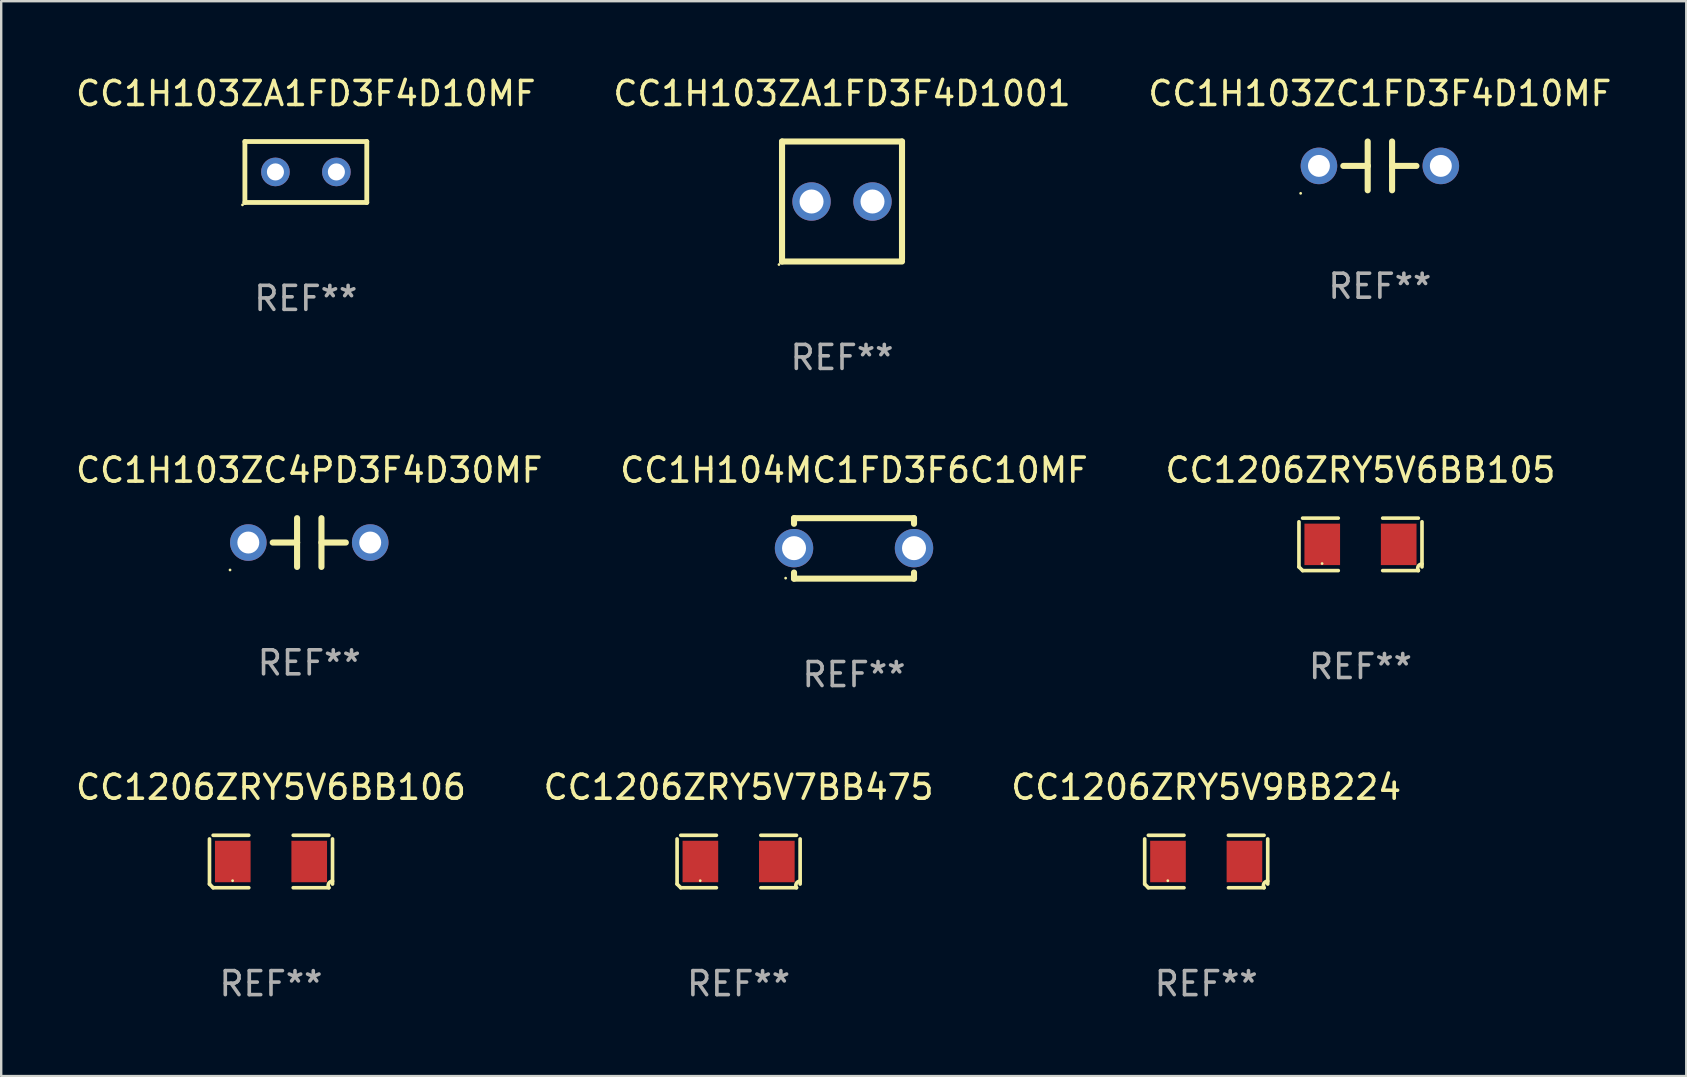
<source format=kicad_pcb>
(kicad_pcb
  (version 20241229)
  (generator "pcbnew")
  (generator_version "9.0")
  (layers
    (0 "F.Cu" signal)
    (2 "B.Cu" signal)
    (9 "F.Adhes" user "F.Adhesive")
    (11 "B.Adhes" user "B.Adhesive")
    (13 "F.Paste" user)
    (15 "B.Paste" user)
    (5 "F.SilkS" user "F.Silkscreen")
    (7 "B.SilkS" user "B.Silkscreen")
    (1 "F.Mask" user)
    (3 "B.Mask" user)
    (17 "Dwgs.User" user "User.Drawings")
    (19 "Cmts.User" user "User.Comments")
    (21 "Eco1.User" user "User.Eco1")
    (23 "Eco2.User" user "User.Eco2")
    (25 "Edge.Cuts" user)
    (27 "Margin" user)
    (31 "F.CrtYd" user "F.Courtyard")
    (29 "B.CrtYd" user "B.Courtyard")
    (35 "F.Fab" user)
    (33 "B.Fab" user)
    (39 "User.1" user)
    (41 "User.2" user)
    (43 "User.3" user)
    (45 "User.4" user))
  (footprint "CC1H103ZC1FD3F4D10MF"
    (layer "F.Cu")
    (at 54.458 3.864)
    (property "Reference" "CC1H103ZC1FD3F4D10MF" (at 0 -3.016 0) (layer "F.SilkS") (effects (font (size 1 1) (thickness 0.15))))
    (attr through_hole)
    (fp_line (start -1.524 0) (end -0.508 0) (stroke (width 0.254) (type solid)) (layer "F.SilkS"))
    (fp_line (start -0.508 0) (end -0.508 -1.016) (stroke (width 0.254) (type solid)) (layer "F.SilkS"))
    (fp_line (start -0.508 0) (end -0.508 1.016) (stroke (width 0.254) (type solid)) (layer "F.SilkS"))
    (fp_line (start 0.508 -1.016) (end 0.508 1.016) (stroke (width 0.254) (type solid)) (layer "F.SilkS"))
    (fp_line (start 1.524 0) (end 0.508 0) (stroke (width 0.254) (type solid)) (layer "F.SilkS"))
    (fp_circle (center -3.302 1.143) (end -3.272 1.143) (stroke (width 0.06) (type solid)) (fill no) (layer "F.SilkS"))
    (fp_text user "REF**" (at 0 5.016 0) (layer "F.Fab") (effects (font (size 1 1) (thickness 0.15))))
    (pad "1" thru_hole circle (at -2.54 0) (size 1.524 1.524) (drill 0.914) (layers "*.Cu" "*.Mask"))
    (pad "2" thru_hole circle (at 2.54 0) (size 1.524 1.524) (drill 0.914) (layers "*.Cu" "*.Mask")))
  (footprint "CC1H103ZA1FD3F4D1001"
    (layer "F.Cu")
    (at 32.042 5.348)
    (property "Reference" "CC1H103ZA1FD3F4D1001" (at 0 -4.5 0) (layer "F.SilkS") (effects (font (size 1 1) (thickness 0.15))))
    (attr through_hole)
    (fp_line (start -2.5 -2.5) (end -2.5 2.5) (stroke (width 0.254) (type solid)) (layer "F.SilkS"))
    (fp_line (start -2.5 -2.5) (end 2.5 -2.5) (stroke (width 0.254) (type solid)) (layer "F.SilkS"))
    (fp_line (start -2.5 2.5) (end 2.5 2.5) (stroke (width 0.254) (type solid)) (layer "F.SilkS"))
    (fp_line (start 2.5 -2.5) (end 2.5 2.413) (stroke (width 0.254) (type solid)) (layer "F.SilkS"))
    (fp_circle (center -2.627 2.627) (end -2.597 2.627) (stroke (width 0.06) (type solid)) (fill no) (layer "F.SilkS"))
    (fp_text user "REF**" (at 0 6.5 0) (layer "F.Fab") (effects (font (size 1 1) (thickness 0.15))))
    (pad "1" thru_hole circle (at -1.27 0) (size 1.6 1.6) (drill 1) (layers "*.Cu" "*.Mask"))
    (pad "2" thru_hole circle (at 1.27 0) (size 1.6 1.6) (drill 1) (layers "*.Cu" "*.Mask")))
  (footprint "CC1H103ZC4PD3F4D30MF"
    (layer "F.Cu")
    (at 9.839 19.561)
    (property "Reference" "CC1H103ZC4PD3F4D30MF" (at 0 -3.016 0) (layer "F.SilkS") (effects (font (size 1 1) (thickness 0.15))))
    (attr through_hole)
    (fp_line (start -1.524 0) (end -0.508 0) (stroke (width 0.254) (type solid)) (layer "F.SilkS"))
    (fp_line (start -0.508 0) (end -0.508 -1.016) (stroke (width 0.254) (type solid)) (layer "F.SilkS"))
    (fp_line (start -0.508 0) (end -0.508 1.016) (stroke (width 0.254) (type solid)) (layer "F.SilkS"))
    (fp_line (start 0.508 -1.016) (end 0.508 1.016) (stroke (width 0.254) (type solid)) (layer "F.SilkS"))
    (fp_line (start 1.524 0) (end 0.508 0) (stroke (width 0.254) (type solid)) (layer "F.SilkS"))
    (fp_circle (center -3.302 1.143) (end -3.272 1.143) (stroke (width 0.06) (type solid)) (fill no) (layer "F.SilkS"))
    (fp_text user "REF**" (at 0 5.016 0) (layer "F.Fab") (effects (font (size 1 1) (thickness 0.15))))
    (pad "1" thru_hole circle (at -2.54 0) (size 1.524 1.524) (drill 0.914) (layers "*.Cu" "*.Mask"))
    (pad "2" thru_hole circle (at 2.54 0) (size 1.524 1.524) (drill 0.914) (layers "*.Cu" "*.Mask")))
  (footprint "CC1206ZRY5V6BB105"
    (layer "F.Cu")
    (at 53.649 19.637)
    (property "Reference" "CC1206ZRY5V6BB105" (at 0 -3.093 0) (layer "F.SilkS") (effects (font (size 1 1) (thickness 0.15))))
    (attr through_hole)
    (fp_line (start -2.564 0.94) (end -2.564 -0.94) (stroke (width 0.152) (type solid)) (layer "F.SilkS"))
    (fp_line (start -2.411 -1.093) (end -0.926 -1.093) (stroke (width 0.152) (type solid)) (layer "F.SilkS"))
    (fp_line (start -0.926 1.093) (end -2.411 1.093) (stroke (width 0.152) (type solid)) (layer "F.SilkS"))
    (fp_line (start 0.926 1.093) (end 2.411 1.093) (stroke (width 0.152) (type solid)) (layer "F.SilkS"))
    (fp_line (start 2.411 -1.093) (end 0.926 -1.093) (stroke (width 0.152) (type solid)) (layer "F.SilkS"))
    (fp_line (start 2.564 0.94) (end 2.564 -0.94) (stroke (width 0.152) (type solid)) (layer "F.SilkS"))
    (fp_arc (start -2.411201 1.092609) (mid -2.487413 1.01642) (end -2.563602 0.940208) (stroke (width 0.1524) (type solid)) (layer "F.SilkS"))
    (fp_arc (start 2.411201 1.092609) (mid 2.407159 0.911226) (end 2.563602 0.819347) (stroke (width 0.1524) (type solid)) (layer "F.SilkS"))
    (fp_circle (center -1.6 0.8) (end -1.57 0.8) (stroke (width 0.06) (type solid)) (fill no) (layer "F.SilkS"))
    (fp_text user "REF**" (at 0 5.093 0) (layer "F.Fab") (effects (font (size 1 1) (thickness 0.15))))
    (pad "1" smd rect (at -1.593 0) (size 1.485 1.728) (layers "F.Cu" "F.Mask" "F.Paste"))
    (pad "2" smd rect (at 1.593 0) (size 1.485 1.728) (layers "F.Cu" "F.Mask" "F.Paste")))
  (footprint "CC1206ZRY5V7BB475"
    (layer "F.Cu")
    (at 27.732 32.854)
    (property "Reference" "CC1206ZRY5V7BB475" (at 0 -3.093 0) (layer "F.SilkS") (effects (font (size 1 1) (thickness 0.15))))
    (attr through_hole)
    (fp_line (start -2.564 0.94) (end -2.564 -0.94) (stroke (width 0.152) (type solid)) (layer "F.SilkS"))
    (fp_line (start -2.411 -1.093) (end -0.926 -1.093) (stroke (width 0.152) (type solid)) (layer "F.SilkS"))
    (fp_line (start -0.926 1.093) (end -2.411 1.093) (stroke (width 0.152) (type solid)) (layer "F.SilkS"))
    (fp_line (start 0.926 1.093) (end 2.411 1.093) (stroke (width 0.152) (type solid)) (layer "F.SilkS"))
    (fp_line (start 2.411 -1.093) (end 0.926 -1.093) (stroke (width 0.152) (type solid)) (layer "F.SilkS"))
    (fp_line (start 2.564 0.94) (end 2.564 -0.94) (stroke (width 0.152) (type solid)) (layer "F.SilkS"))
    (fp_arc (start -2.411201 1.092609) (mid -2.487413 1.01642) (end -2.563602 0.940208) (stroke (width 0.1524) (type solid)) (layer "F.SilkS"))
    (fp_arc (start 2.411201 1.092609) (mid 2.407159 0.911226) (end 2.563602 0.819347) (stroke (width 0.1524) (type solid)) (layer "F.SilkS"))
    (fp_circle (center -1.6 0.8) (end -1.57 0.8) (stroke (width 0.06) (type solid)) (fill no) (layer "F.SilkS"))
    (fp_text user "REF**" (at 0 5.093 0) (layer "F.Fab") (effects (font (size 1 1) (thickness 0.15))))
    (pad "1" smd rect (at -1.593 0) (size 1.485 1.728) (layers "F.Cu" "F.Mask" "F.Paste"))
    (pad "2" smd rect (at 1.593 0) (size 1.485 1.728) (layers "F.Cu" "F.Mask" "F.Paste")))
  (footprint "CC1H104MC1FD3F6C10MF"
    (layer "F.Cu")
    (at 32.542 19.805)
    (property "Reference" "CC1H104MC1FD3F6C10MF" (at 0 -3.26 0) (layer "F.SilkS") (effects (font (size 1 1) (thickness 0.15))))
    (attr through_hole)
    (fp_line (start -2.5 -1.26) (end -2.5 -1.026) (stroke (width 0.254) (type solid)) (layer "F.SilkS"))
    (fp_line (start -2.5 -1.26) (end 2.5 -1.26) (stroke (width 0.254) (type solid)) (layer "F.SilkS"))
    (fp_line (start -2.5 1.26) (end -2.5 1.006) (stroke (width 0.254) (type solid)) (layer "F.SilkS"))
    (fp_line (start 2.5 -1.26) (end 2.5 -1.026) (stroke (width 0.254) (type solid)) (layer "F.SilkS"))
    (fp_line (start 2.5 1.26) (end -2.5 1.26) (stroke (width 0.254) (type solid)) (layer "F.SilkS"))
    (fp_line (start 2.5 1.26) (end 2.5 1.006) (stroke (width 0.254) (type solid)) (layer "F.SilkS"))
    (fp_circle (center -2.85 1.24) (end -2.82 1.24) (stroke (width 0.06) (type solid)) (fill no) (layer "F.SilkS"))
    (fp_text user "REF**" (at 0 5.26 0) (layer "F.Fab") (effects (font (size 1 1) (thickness 0.15))))
    (pad "1" thru_hole circle (at -2.5 -0.01) (size 1.6 1.6) (drill 1) (layers "*.Cu" "*.Mask"))
    (pad "2" thru_hole circle (at 2.5 -0.01) (size 1.6 1.6) (drill 1) (layers "*.Cu" "*.Mask")))
  (footprint "CC1206ZRY5V6BB106"
    (layer "F.Cu")
    (at 8.244 32.854)
    (property "Reference" "CC1206ZRY5V6BB106" (at 0 -3.093 0) (layer "F.SilkS") (effects (font (size 1 1) (thickness 0.15))))
    (attr through_hole)
    (fp_line (start -2.564 0.94) (end -2.564 -0.94) (stroke (width 0.152) (type solid)) (layer "F.SilkS"))
    (fp_line (start -2.411 -1.093) (end -0.926 -1.093) (stroke (width 0.152) (type solid)) (layer "F.SilkS"))
    (fp_line (start -0.926 1.093) (end -2.411 1.093) (stroke (width 0.152) (type solid)) (layer "F.SilkS"))
    (fp_line (start 0.926 1.093) (end 2.411 1.093) (stroke (width 0.152) (type solid)) (layer "F.SilkS"))
    (fp_line (start 2.411 -1.093) (end 0.926 -1.093) (stroke (width 0.152) (type solid)) (layer "F.SilkS"))
    (fp_line (start 2.564 0.94) (end 2.564 -0.94) (stroke (width 0.152) (type solid)) (layer "F.SilkS"))
    (fp_arc (start -2.411201 1.092609) (mid -2.487413 1.01642) (end -2.563602 0.940208) (stroke (width 0.1524) (type solid)) (layer "F.SilkS"))
    (fp_arc (start 2.411201 1.092609) (mid 2.407159 0.911226) (end 2.563602 0.819347) (stroke (width 0.1524) (type solid)) (layer "F.SilkS"))
    (fp_circle (center -1.6 0.8) (end -1.57 0.8) (stroke (width 0.06) (type solid)) (fill no) (layer "F.SilkS"))
    (fp_text user "REF**" (at 0 5.093 0) (layer "F.Fab") (effects (font (size 1 1) (thickness 0.15))))
    (pad "1" smd rect (at -1.593 0) (size 1.485 1.728) (layers "F.Cu" "F.Mask" "F.Paste"))
    (pad "2" smd rect (at 1.593 0) (size 1.485 1.728) (layers "F.Cu" "F.Mask" "F.Paste")))
  (footprint "CC1H103ZA1FD3F4D10MF"
    (layer "F.Cu")
    (at 9.696 4.118)
    (property "Reference" "CC1H103ZA1FD3F4D10MF" (at 0 -3.27 0) (layer "F.SilkS") (effects (font (size 1 1) (thickness 0.15))))
    (attr through_hole)
    (fp_line (start -2.54 -1.27) (end -2.54 1.27) (stroke (width 0.201) (type solid)) (layer "F.SilkS"))
    (fp_line (start -2.54 1.27) (end 2.54 1.27) (stroke (width 0.201) (type solid)) (layer "F.SilkS"))
    (fp_line (start 2.54 -1.27) (end -2.54 -1.27) (stroke (width 0.201) (type solid)) (layer "F.SilkS"))
    (fp_line (start 2.54 1.27) (end 2.54 -1.27) (stroke (width 0.201) (type solid)) (layer "F.SilkS"))
    (fp_circle (center -2.64 1.37) (end -2.61 1.37) (stroke (width 0.06) (type solid)) (fill no) (layer "F.SilkS"))
    (fp_text user "REF**" (at 0 5.27 0) (layer "F.Fab") (effects (font (size 1 1) (thickness 0.15))))
    (pad "1" thru_hole circle (at -1.267 -0.003) (size 1.194 1.194) (drill 0.711) (layers "*.Cu" "*.Mask"))
    (pad "2" thru_hole circle (at 1.273 -0.003) (size 1.194 1.194) (drill 0.711) (layers "*.Cu" "*.Mask")))
  (footprint "CC1206ZRY5V9BB224"
    (layer "F.Cu")
    (at 47.22 32.854)
    (property "Reference" "CC1206ZRY5V9BB224" (at 0 -3.093 0) (layer "F.SilkS") (effects (font (size 1 1) (thickness 0.15))))
    (attr through_hole)
    (fp_line (start -2.564 0.94) (end -2.564 -0.94) (stroke (width 0.152) (type solid)) (layer "F.SilkS"))
    (fp_line (start -2.411 -1.093) (end -0.926 -1.093) (stroke (width 0.152) (type solid)) (layer "F.SilkS"))
    (fp_line (start -0.926 1.093) (end -2.411 1.093) (stroke (width 0.152) (type solid)) (layer "F.SilkS"))
    (fp_line (start 0.926 1.093) (end 2.411 1.093) (stroke (width 0.152) (type solid)) (layer "F.SilkS"))
    (fp_line (start 2.411 -1.093) (end 0.926 -1.093) (stroke (width 0.152) (type solid)) (layer "F.SilkS"))
    (fp_line (start 2.564 0.94) (end 2.564 -0.94) (stroke (width 0.152) (type solid)) (layer "F.SilkS"))
    (fp_arc (start -2.411201 1.092609) (mid -2.487413 1.01642) (end -2.563602 0.940208) (stroke (width 0.1524) (type solid)) (layer "F.SilkS"))
    (fp_arc (start 2.411201 1.092609) (mid 2.407159 0.911226) (end 2.563602 0.819347) (stroke (width 0.1524) (type solid)) (layer "F.SilkS"))
    (fp_circle (center -1.6 0.8) (end -1.57 0.8) (stroke (width 0.06) (type solid)) (fill no) (layer "F.SilkS"))
    (fp_text user "REF**" (at 0 5.093 0) (layer "F.Fab") (effects (font (size 1 1) (thickness 0.15))))
    (pad "1" smd rect (at -1.593 0) (size 1.485 1.728) (layers "F.Cu" "F.Mask" "F.Paste"))
    (pad "2" smd rect (at 1.593 0) (size 1.485 1.728) (layers "F.Cu" "F.Mask" "F.Paste")))
  (gr_rect
    (start -3 -3)
    (end 67.226 41.795)
    (stroke (width 0.1) (type default))
    (fill no)
    (layer "Edge.Cuts")))
</source>
